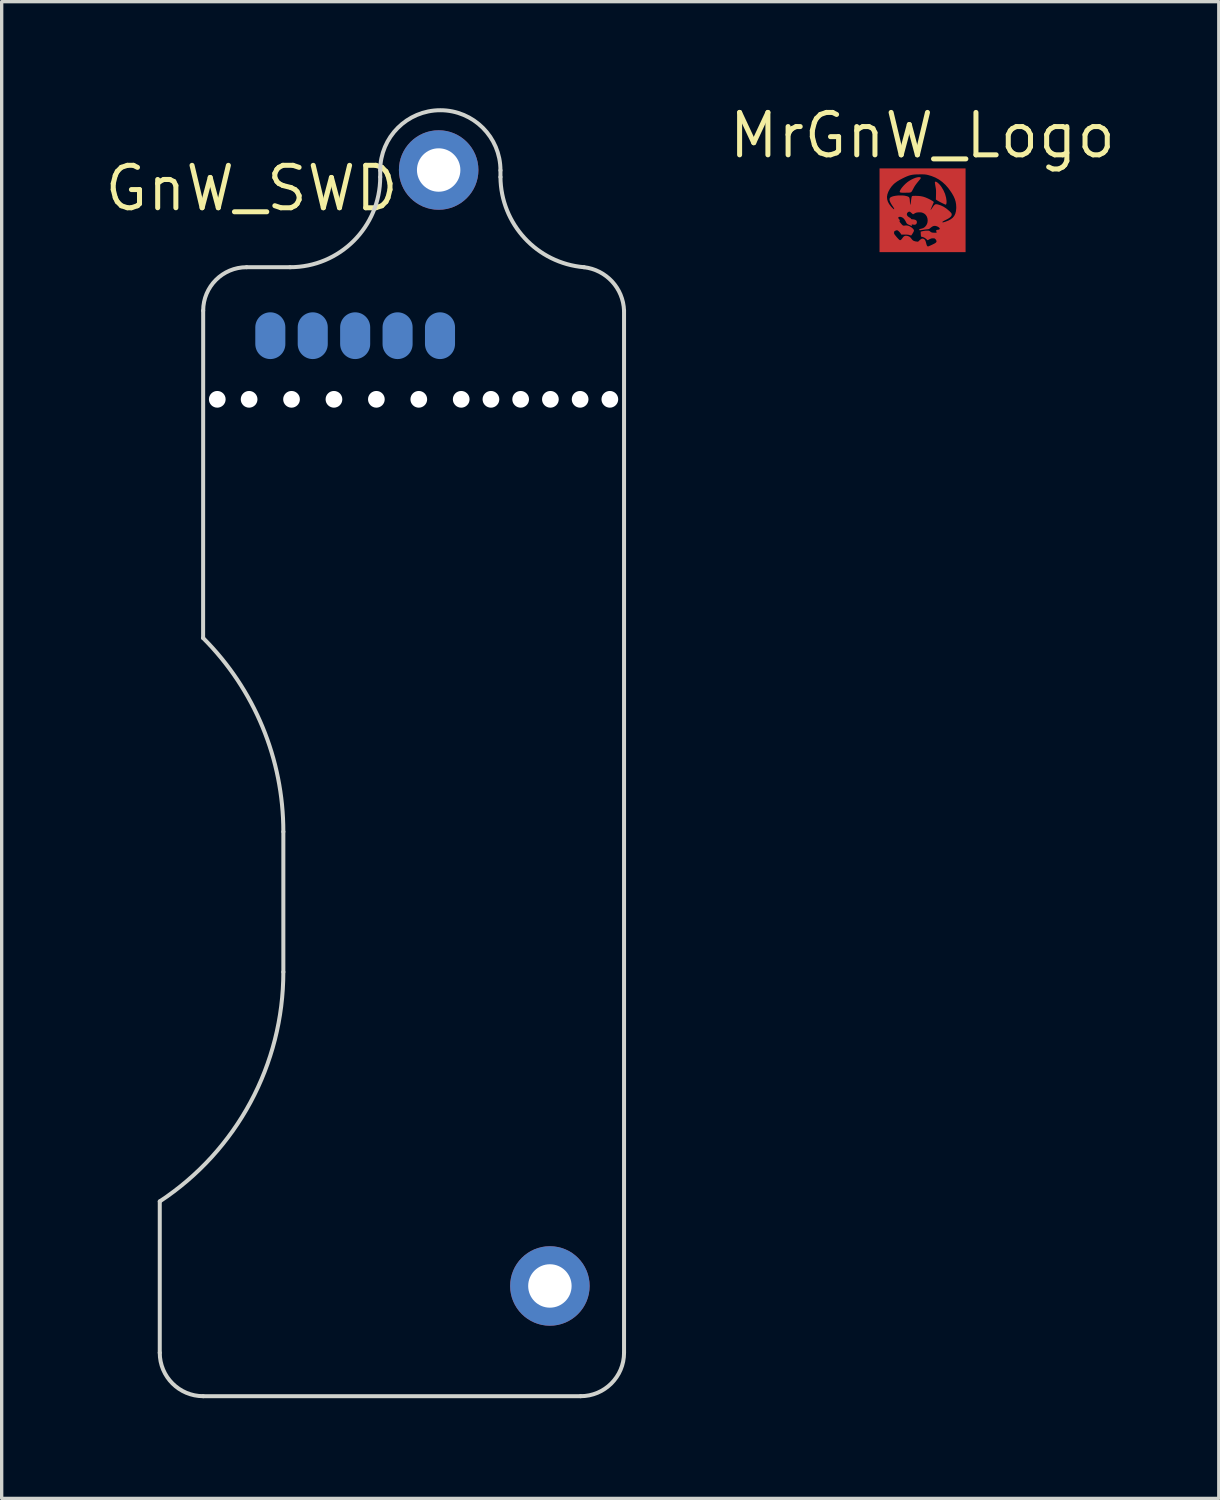
<source format=kicad_pcb>
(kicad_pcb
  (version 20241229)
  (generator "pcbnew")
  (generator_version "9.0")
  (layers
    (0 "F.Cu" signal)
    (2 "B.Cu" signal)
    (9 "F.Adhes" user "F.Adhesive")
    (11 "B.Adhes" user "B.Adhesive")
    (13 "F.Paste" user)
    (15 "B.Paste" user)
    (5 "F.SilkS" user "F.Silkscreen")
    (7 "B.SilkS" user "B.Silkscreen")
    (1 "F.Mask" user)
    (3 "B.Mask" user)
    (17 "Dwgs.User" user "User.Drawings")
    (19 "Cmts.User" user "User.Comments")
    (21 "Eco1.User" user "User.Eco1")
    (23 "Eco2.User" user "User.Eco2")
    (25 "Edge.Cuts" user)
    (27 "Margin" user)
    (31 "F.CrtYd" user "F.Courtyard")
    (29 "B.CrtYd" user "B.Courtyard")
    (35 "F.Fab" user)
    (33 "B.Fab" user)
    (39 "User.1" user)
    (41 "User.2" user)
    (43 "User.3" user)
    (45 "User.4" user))
  (footprint "GnW_SWD"
    (layer "F.Cu")
    (at 10.133 0.25)
    (property "Reference" "GnW_SWD" (at -5.65 2.34 0) (layer "F.SilkS") (effects (font (size 1.27 1.27) (thickness 0.15))))
    (attr through_hole)
    (fp_line (start -8.4 37.2) (end -8.4 32.668) (stroke (width 0.12) (type solid)) (layer "Edge.Cuts"))
    (fp_line (start -7.1 6) (end -7.102 15.802) (stroke (width 0.12) (type solid)) (layer "Edge.Cuts"))
    (fp_line (start -7.1 38.5) (end 4.2 38.5) (stroke (width 0.12) (type solid)) (layer "Edge.Cuts"))
    (fp_line (start -5.8 4.7) (end -4.5 4.7) (stroke (width 0.12) (type solid)) (layer "Edge.Cuts"))
    (fp_line (start -4.7 25.8) (end -4.7 21.6) (stroke (width 0.12) (type solid)) (layer "Edge.Cuts"))
    (fp_line (start -1.8 2) (end -1.8 1.8) (stroke (width 0.12) (type solid)) (layer "Edge.Cuts"))
    (fp_line (start 1.8 1.8) (end 1.8 2) (stroke (width 0.12) (type solid)) (layer "Edge.Cuts"))
    (fp_line (start 5.5 37.2) (end 5.5 6) (stroke (width 0.12) (type solid)) (layer "Edge.Cuts"))
    (fp_arc (start -7.101724 15.801724) (mid -5.324187 18.461996) (end -4.7 21.6) (stroke (width 0.12) (type solid)) (layer "Edge.Cuts"))
    (fp_arc (start -7.1 6) (mid -6.719239 5.080761) (end -5.8 4.7) (stroke (width 0.12) (type solid)) (layer "Edge.Cuts"))
    (fp_arc (start -7.1 38.5) (mid -8.019239 38.119239) (end -8.4 37.2) (stroke (width 0.12) (type solid)) (layer "Edge.Cuts"))
    (fp_arc (start -4.7 25.8) (mid -5.683842 29.700801) (end -8.4 32.668406) (stroke (width 0.12) (type solid)) (layer "Edge.Cuts"))
    (fp_arc (start -1.8 1.8) (mid 0 0) (end 1.8 1.8) (stroke (width 0.12) (type solid)) (layer "Edge.Cuts"))
    (fp_arc (start -1.8 2) (mid -2.590812 3.909188) (end -4.5 4.7) (stroke (width 0.12) (type solid)) (layer "Edge.Cuts"))
    (fp_arc (start 4.299997 4.700001) (mid 2.527723 3.833588) (end 1.8 2) (stroke (width 0.12) (type solid)) (layer "Edge.Cuts"))
    (fp_arc (start 4.300002 4.699998) (mid 5.141412 5.127159) (end 5.5 6) (stroke (width 0.12) (type solid)) (layer "Edge.Cuts"))
    (fp_arc (start 5.5 37.2) (mid 5.119239 38.119239) (end 4.2 38.5) (stroke (width 0.12) (type solid)) (layer "Edge.Cuts"))
    (pad "" np_thru_hole circle (at -6.678 8.655) (size 0.5 0.5) (drill 0.5) (layers "*.Cu" "*.Mask"))
    (pad "" np_thru_hole circle (at -5.725 8.655) (size 0.5 0.5) (drill 0.5) (layers "*.Cu" "*.Mask"))
    (pad "" np_thru_hole circle (at -4.455 8.655 90) (size 0.5 0.5) (drill 0.5) (layers "*.Cu" "*.Mask"))
    (pad "" np_thru_hole circle (at -3.185 8.655) (size 0.5 0.5) (drill 0.5) (layers "*.Cu" "*.Mask"))
    (pad "" np_thru_hole circle (at -1.915 8.655) (size 0.5 0.5) (drill 0.5) (layers "*.Cu" "*.Mask"))
    (pad "" np_thru_hole circle (at -0.645 8.655) (size 0.5 0.5) (drill 0.5) (layers "*.Cu" "*.Mask"))
    (pad "" np_thru_hole circle (at 0.625 8.655) (size 0.5 0.5) (drill 0.5) (layers "*.Cu" "*.Mask"))
    (pad "" np_thru_hole circle (at 1.515 8.655) (size 0.5 0.5) (drill 0.5) (layers "*.Cu" "*.Mask"))
    (pad "" np_thru_hole circle (at 2.405 8.655) (size 0.5 0.5) (drill 0.5) (layers "*.Cu" "*.Mask"))
    (pad "" np_thru_hole circle (at 3.295 8.655) (size 0.5 0.5) (drill 0.5) (layers "*.Cu" "*.Mask"))
    (pad "" np_thru_hole circle (at 4.185 8.655) (size 0.5 0.5) (drill 0.5) (layers "*.Cu" "*.Mask"))
    (pad "" np_thru_hole circle (at 5.075 8.655) (size 0.5 0.5) (drill 0.5) (layers "*.Cu" "*.Mask"))
    (pad "1" smd oval (at -5.09 6.75) (size 0.9 1.4) (layers "B.Cu" "B.Mask" "B.Paste"))
    (pad "2" smd oval (at -3.82 6.75) (size 0.9 1.4) (layers "B.Cu" "B.Mask" "B.Paste"))
    (pad "3" smd oval (at -2.55 6.75) (size 0.9 1.4) (layers "B.Cu" "B.Mask" "B.Paste"))
    (pad "4" smd oval (at -1.28 6.75) (size 0.9 1.4) (layers "B.Cu" "B.Mask" "B.Paste"))
    (pad "5" smd oval (at -0.01 6.75) (size 0.9 1.4) (layers "B.Cu" "B.Mask" "B.Paste"))
    (pad "6" thru_hole circle (at -0.05 1.79) (size 2.38 2.38) (drill 1.3) (layers "*.Cu" "*.Mask"))
    (pad "7" thru_hole circle (at 3.28 35.2) (size 2.38 2.38) (drill 1.3) (layers "*.Cu" "*.Mask")))
  (footprint "MrGnW_Logo"
    (layer "F.Cu")
    (at 24.566 3.241)
    (property "Reference" "MrGnW_Logo" (at 0 -2.235 0) (layer "F.SilkS") (effects (font (size 1.27 1.27) (thickness 0.15))))
    (attr through_hole)
    (pad "1" smd custom (at 0.914 0.864) (size 0.5 0.5) (layers "F.Cu") (options (anchor rect)) (primitives (gr_poly (pts (xy 0.373 0.389) (xy -2.193 0.389) (xy -2.193 -0.173) (xy -1.768 -0.173) (xy -1.765 -0.156) (xy -1.755 -0.138) (xy -1.738 -0.114) (xy -1.728 -0.102) (xy -1.688 -0.053) (xy -1.652 -0.013) (xy -1.622 0.017) (xy -1.599 0.036) (xy -1.585 0.042) (xy -1.561 0.035) (xy -1.536 0.013) (xy -1.508 -0.024) (xy -1.507 -0.026) (xy -1.478 -0.063) (xy -1.446 -0.085) (xy -1.409 -0.093) (xy -1.363 -0.087) (xy -1.35 -0.084) (xy -1.306 -0.065) (xy -1.271 -0.036) (xy -1.243 0.001) (xy -1.214 0.036) (xy -1.177 0.061) (xy -1.127 0.076) (xy -1.095 0.081) (xy -1.043 0.087) (xy -0.992 0.039) (xy -0.959 0.011) (xy -0.933 -0.004) (xy -0.91 -0.008) (xy -0.885 -0.002) (xy -0.872 0.004) (xy -0.851 0.02) (xy -0.834 0.044) (xy -0.82 0.079) (xy -0.808 0.124) (xy -0.796 0.169) (xy -0.784 0.2) (xy -0.771 0.219) (xy -0.755 0.227) (xy -0.744 0.228) (xy -0.732 0.225) (xy -0.708 0.215) (xy -0.675 0.201) (xy -0.636 0.183) (xy -0.625 0.178) (xy -0.577 0.154) (xy -0.542 0.136) (xy -0.517 0.12) (xy -0.502 0.105) (xy -0.492 0.091) (xy -0.488 0.082) (xy -0.488 0.059) (xy -0.499 0.03) (xy -0.52 0.001) (xy -0.523 -0.002) (xy -0.537 -0.015) (xy -0.553 -0.022) (xy -0.576 -0.025) (xy -0.598 -0.025) (xy -0.631 -0.024) (xy -0.66 -0.017) (xy -0.691 -0.004) (xy -0.704 0.003) (xy -0.758 0.032) (xy -0.796 -0.002) (xy -0.836 -0.033) (xy -0.877 -0.055) (xy -0.914 -0.067) (xy -0.925 -0.068) (xy -0.938 -0.069) (xy -0.947 -0.076) (xy -0.953 -0.092) (xy -0.956 -0.118) (xy -0.959 -0.158) (xy -0.959 -0.161) (xy -0.961 -0.216) (xy -0.906 -0.23) (xy -0.869 -0.237) (xy -0.825 -0.243) (xy -0.782 -0.245) (xy -0.781 -0.245) (xy -0.746 -0.245) (xy -0.724 -0.243) (xy -0.708 -0.238) (xy -0.696 -0.229) (xy -0.686 -0.221) (xy -0.661 -0.202) (xy -0.633 -0.19) (xy -0.629 -0.189) (xy -0.602 -0.185) (xy -0.57 -0.183) (xy -0.538 -0.182) (xy -0.509 -0.183) (xy -0.489 -0.186) (xy -0.48 -0.19) (xy -0.48 -0.191) (xy -0.484 -0.204) (xy -0.492 -0.224) (xy -0.493 -0.227) (xy -0.498 -0.249) (xy -0.491 -0.263) (xy -0.471 -0.269) (xy -0.447 -0.271) (xy -0.418 -0.276) (xy -0.398 -0.29) (xy -0.389 -0.309) (xy -0.389 -0.31) (xy -0.397 -0.33) (xy -0.418 -0.35) (xy -0.447 -0.37) (xy -0.481 -0.385) (xy -0.517 -0.395) (xy -0.54 -0.398) (xy -0.58 -0.394) (xy -0.616 -0.379) (xy -0.655 -0.353) (xy -0.675 -0.337) (xy -0.697 -0.318) (xy -0.714 -0.306) (xy -0.733 -0.3) (xy -0.759 -0.296) (xy -0.788 -0.293) (xy -0.833 -0.288) (xy -0.883 -0.281) (xy -0.926 -0.274) (xy -0.964 -0.268) (xy -0.988 -0.266) (xy -1.001 -0.269) (xy -1.002 -0.27) (xy -1.007 -0.281) (xy -0.997 -0.29) (xy -0.973 -0.298) (xy -0.944 -0.304) (xy -0.887 -0.322) (xy -0.839 -0.354) (xy -0.798 -0.401) (xy -0.798 -0.401) (xy -0.771 -0.45) (xy -0.756 -0.5) (xy -0.752 -0.559) (xy -0.752 -0.566) (xy -0.76 -0.624) (xy -0.78 -0.679) (xy -0.812 -0.726) (xy -0.85 -0.76) (xy -0.891 -0.783) (xy -0.934 -0.798) (xy -0.982 -0.803) (xy -1.029 -0.803) (xy -1.069 -0.799) (xy -1.098 -0.794) (xy -1.125 -0.783) (xy -1.146 -0.772) (xy -1.195 -0.744) (xy -1.238 -0.782) (xy -1.262 -0.802) (xy -1.283 -0.817) (xy -1.296 -0.824) (xy -1.319 -0.822) (xy -1.344 -0.81) (xy -1.367 -0.79) (xy -1.378 -0.774) (xy -1.386 -0.74) (xy -1.378 -0.706) (xy -1.354 -0.674) (xy -1.316 -0.646) (xy -1.303 -0.639) (xy -1.28 -0.625) (xy -1.265 -0.613) (xy -1.262 -0.606) (xy -1.254 -0.593) (xy -1.23 -0.585) (xy -1.208 -0.584) (xy -1.17 -0.58) (xy -1.134 -0.57) (xy -1.106 -0.555) (xy -1.1 -0.55) (xy -1.087 -0.525) (xy -1.085 -0.495) (xy -1.094 -0.465) (xy -1.101 -0.454) (xy -1.118 -0.439) (xy -1.139 -0.432) (xy -1.154 -0.432) (xy -1.184 -0.434) (xy -1.213 -0.438) (xy -1.216 -0.439) (xy -1.234 -0.444) (xy -1.24 -0.44) (xy -1.237 -0.425) (xy -1.236 -0.423) (xy -1.232 -0.408) (xy -1.234 -0.4) (xy -1.244 -0.401) (xy -1.265 -0.408) (xy -1.292 -0.419) (xy -1.33 -0.436) (xy -1.355 -0.449) (xy -1.372 -0.462) (xy -1.385 -0.478) (xy -1.397 -0.5) (xy -1.404 -0.515) (xy -1.44 -0.578) (xy -1.479 -0.624) (xy -1.523 -0.654) (xy -1.571 -0.668) (xy -1.588 -0.669) (xy -1.621 -0.664) (xy -1.639 -0.651) (xy -1.642 -0.63) (xy -1.63 -0.604) (xy -1.616 -0.588) (xy -1.601 -0.57) (xy -1.596 -0.558) (xy -1.6 -0.546) (xy -1.601 -0.544) (xy -1.606 -0.533) (xy -1.604 -0.521) (xy -1.594 -0.505) (xy -1.576 -0.479) (xy -1.575 -0.479) (xy -1.542 -0.439) (xy -1.516 -0.412) (xy -1.493 -0.397) (xy -1.473 -0.393) (xy -1.461 -0.394) (xy -1.398 -0.401) (xy -1.341 -0.393) (xy -1.304 -0.378) (xy -1.257 -0.351) (xy -1.218 -0.321) (xy -1.19 -0.292) (xy -1.177 -0.272) (xy -1.173 -0.258) (xy -1.173 -0.246) (xy -1.178 -0.23) (xy -1.189 -0.207) (xy -1.206 -0.178) (xy -1.224 -0.148) (xy -1.24 -0.125) (xy -1.25 -0.112) (xy -1.252 -0.11) (xy -1.263 -0.112) (xy -1.285 -0.118) (xy -1.304 -0.124) (xy -1.339 -0.132) (xy -1.383 -0.136) (xy -1.44 -0.137) (xy -1.445 -0.137) (xy -1.54 -0.135) (xy -1.565 -0.172) (xy -1.591 -0.205) (xy -1.62 -0.235) (xy -1.648 -0.257) (xy -1.668 -0.267) (xy -1.689 -0.266) (xy -1.72 -0.255) (xy -1.725 -0.253) (xy -1.749 -0.24) (xy -1.761 -0.228) (xy -1.766 -0.212) (xy -1.768 -0.194) (xy -1.768 -0.173) (xy -2.193 -0.173) (xy -2.193 -1.26) (xy -1.98 -1.26) (xy -1.974 -1.187) (xy -1.953 -1.115) (xy -1.915 -1.043) (xy -1.86 -0.971) (xy -1.839 -0.948) (xy -1.807 -0.916) (xy -1.783 -0.894) (xy -1.767 -0.884) (xy -1.763 -0.884) (xy -1.755 -0.892) (xy -1.754 -0.905) (xy -1.763 -0.925) (xy -1.78 -0.954) (xy -1.798 -0.98) (xy -1.841 -1.046) (xy -1.871 -1.102) (xy -1.889 -1.149) (xy -1.894 -1.187) (xy -1.888 -1.217) (xy -1.88 -1.23) (xy -1.856 -1.249) (xy -1.817 -1.266) (xy -1.768 -1.28) (xy -1.71 -1.29) (xy -1.648 -1.297) (xy -1.582 -1.299) (xy -1.517 -1.298) (xy -1.456 -1.293) (xy -1.4 -1.282) (xy -1.37 -1.274) (xy -1.343 -1.263) (xy -1.324 -1.252) (xy -1.311 -1.235) (xy -1.303 -1.211) (xy -1.298 -1.176) (xy -1.295 -1.129) (xy -1.292 -1.09) (xy -1.288 -1.056) (xy -1.283 -1.032) (xy -1.279 -1.022) (xy -1.27 -1.016) (xy -1.268 -1.017) (xy -1.266 -1.026) (xy -1.262 -1.049) (xy -1.258 -1.082) (xy -1.252 -1.123) (xy -1.251 -1.137) (xy -1.245 -1.181) (xy -1.239 -1.22) (xy -1.233 -1.25) (xy -1.228 -1.268) (xy -1.227 -1.27) (xy -1.222 -1.277) (xy -1.214 -1.282) (xy -1.199 -1.285) (xy -1.174 -1.286) (xy -1.137 -1.287) (xy -1.115 -1.287) (xy -1.033 -1.284) (xy -0.961 -1.276) (xy -0.893 -1.262) (xy -0.826 -1.24) (xy -0.754 -1.209) (xy -0.694 -1.18) (xy -0.66 -1.161) (xy -0.629 -1.143) (xy -0.606 -1.129) (xy -0.6 -1.124) (xy -0.578 -1.105) (xy -0.627 -0.991) (xy -0.651 -0.935) (xy -0.667 -0.894) (xy -0.675 -0.868) (xy -0.675 -0.857) (xy -0.667 -0.86) (xy -0.652 -0.878) (xy -0.628 -0.911) (xy -0.601 -0.95) (xy -0.574 -0.99) (xy -0.551 -1.016) (xy -0.53 -1.031) (xy -0.506 -1.036) (xy -0.478 -1.034) (xy -0.453 -1.029) (xy -0.365 -1.001) (xy -0.277 -0.958) (xy -0.192 -0.901) (xy -0.111 -0.833) (xy -0.104 -0.826) (xy -0.076 -0.798) (xy -0.058 -0.778) (xy -0.048 -0.762) (xy -0.043 -0.748) (xy -0.042 -0.731) (xy -0.042 -0.73) (xy -0.047 -0.703) (xy -0.062 -0.678) (xy -0.088 -0.652) (xy -0.127 -0.624) (xy -0.18 -0.594) (xy -0.218 -0.575) (xy -0.262 -0.553) (xy -0.292 -0.536) (xy -0.311 -0.524) (xy -0.32 -0.514) (xy -0.322 -0.508) (xy -0.319 -0.497) (xy -0.31 -0.492) (xy -0.292 -0.493) (xy -0.263 -0.501) (xy -0.224 -0.513) (xy -0.135 -0.547) (xy -0.062 -0.587) (xy -0.003 -0.633) (xy 0.042 -0.688) (xy 0.074 -0.752) (xy 0.094 -0.826) (xy 0.103 -0.912) (xy 0.104 -0.953) (xy 0.099 -1.039) (xy 0.085 -1.12) (xy 0.061 -1.199) (xy 0.025 -1.28) (xy -0.023 -1.365) (xy -0.052 -1.409) (xy -0.135 -1.526) (xy -0.223 -1.626) (xy -0.316 -1.711) (xy -0.415 -1.783) (xy -0.522 -1.842) (xy -0.638 -1.889) (xy -0.74 -1.919) (xy -0.772 -1.927) (xy -0.801 -1.932) (xy -0.83 -1.936) (xy -0.862 -1.939) (xy -0.902 -1.94) (xy -0.954 -1.94) (xy -0.986 -1.94) (xy -1.071 -1.939) (xy -1.143 -1.936) (xy -1.206 -1.929) (xy -1.264 -1.918) (xy -1.32 -1.902) (xy -1.379 -1.88) (xy -1.445 -1.851) (xy -1.51 -1.819) (xy -1.6 -1.772) (xy -1.675 -1.726) (xy -1.74 -1.679) (xy -1.794 -1.629) (xy -1.842 -1.575) (xy -1.886 -1.513) (xy -1.896 -1.497) (xy -1.94 -1.414) (xy -1.968 -1.336) (xy -1.98 -1.26) (xy -2.193 -1.26) (xy -2.193 -2.108) (xy 0.373 -2.108) (xy 0.373 0.389)) (width 0.01) (fill yes))))
    (pad "2" smd custom (at 0.508 -0.406) (size 0.1 0.1) (layers "F.Cu") (options (anchor rect)) (primitives (gr_poly (pts (xy -0.095 -0.437) (xy -0.068 -0.421) (xy -0.037 -0.395) (xy -0.003 -0.362) (xy 0.032 -0.321) (xy 0.058 -0.285) (xy 0.119 -0.182) (xy 0.166 -0.075) (xy 0.196 0.035) (xy 0.209 0.127) (xy 0.21 0.168) (xy 0.206 0.202) (xy 0.2 0.226) (xy 0.19 0.237) (xy 0.188 0.237) (xy 0.178 0.234) (xy 0.156 0.224) (xy 0.125 0.21) (xy 0.088 0.192) (xy 0.086 0.191) (xy 0.044 0.17) (xy 0.003 0.148) (xy -0.033 0.128) (xy -0.055 0.115) (xy -0.1 0.086) (xy -0.096 -0.052) (xy -0.095 -0.109) (xy -0.095 -0.154) (xy -0.096 -0.193) (xy -0.1 -0.231) (xy -0.107 -0.274) (xy -0.113 -0.309) (xy -0.12 -0.352) (xy -0.126 -0.389) (xy -0.129 -0.417) (xy -0.13 -0.432) (xy -0.13 -0.434) (xy -0.117 -0.442) (xy -0.095 -0.437)) (width 0.01) (fill yes))))
    (pad "3" smd custom (at -0.406 -0.61) (size 0.1 0.1) (layers "F.Cu") (options (anchor rect)) (primitives (gr_poly (pts (xy 0.325 -0.372) (xy 0.346 -0.365) (xy 0.352 -0.359) (xy 0.352 -0.352) (xy 0.347 -0.339) (xy 0.334 -0.32) (xy 0.312 -0.293) (xy 0.282 -0.257) (xy 0.238 -0.203) (xy 0.203 -0.157) (xy 0.173 -0.114) (xy 0.146 -0.068) (xy 0.119 -0.017) (xy 0.101 0.016) (xy 0.087 0.041) (xy 0.074 0.058) (xy 0.058 0.07) (xy 0.037 0.078) (xy 0.009 0.081) (xy -0.03 0.083) (xy -0.082 0.083) (xy -0.111 0.084) (xy -0.165 0.084) (xy -0.205 0.083) (xy -0.233 0.08) (xy -0.25 0.077) (xy -0.258 0.073) (xy -0.268 0.065) (xy -0.27 0.056) (xy -0.265 0.041) (xy -0.258 0.024) (xy -0.232 -0.022) (xy -0.194 -0.073) (xy -0.148 -0.125) (xy -0.096 -0.177) (xy -0.042 -0.223) (xy 0.008 -0.258) (xy 0.069 -0.295) (xy 0.13 -0.325) (xy 0.188 -0.349) (xy 0.242 -0.365) (xy 0.288 -0.373) (xy 0.325 -0.372)) (width 0.01) (fill yes)))))
  (gr_rect
    (start -3 -3)
    (end 33.439 41.81)
    (stroke (width 0.1) (type default))
    (fill no)
    (layer "Edge.Cuts")))
</source>
